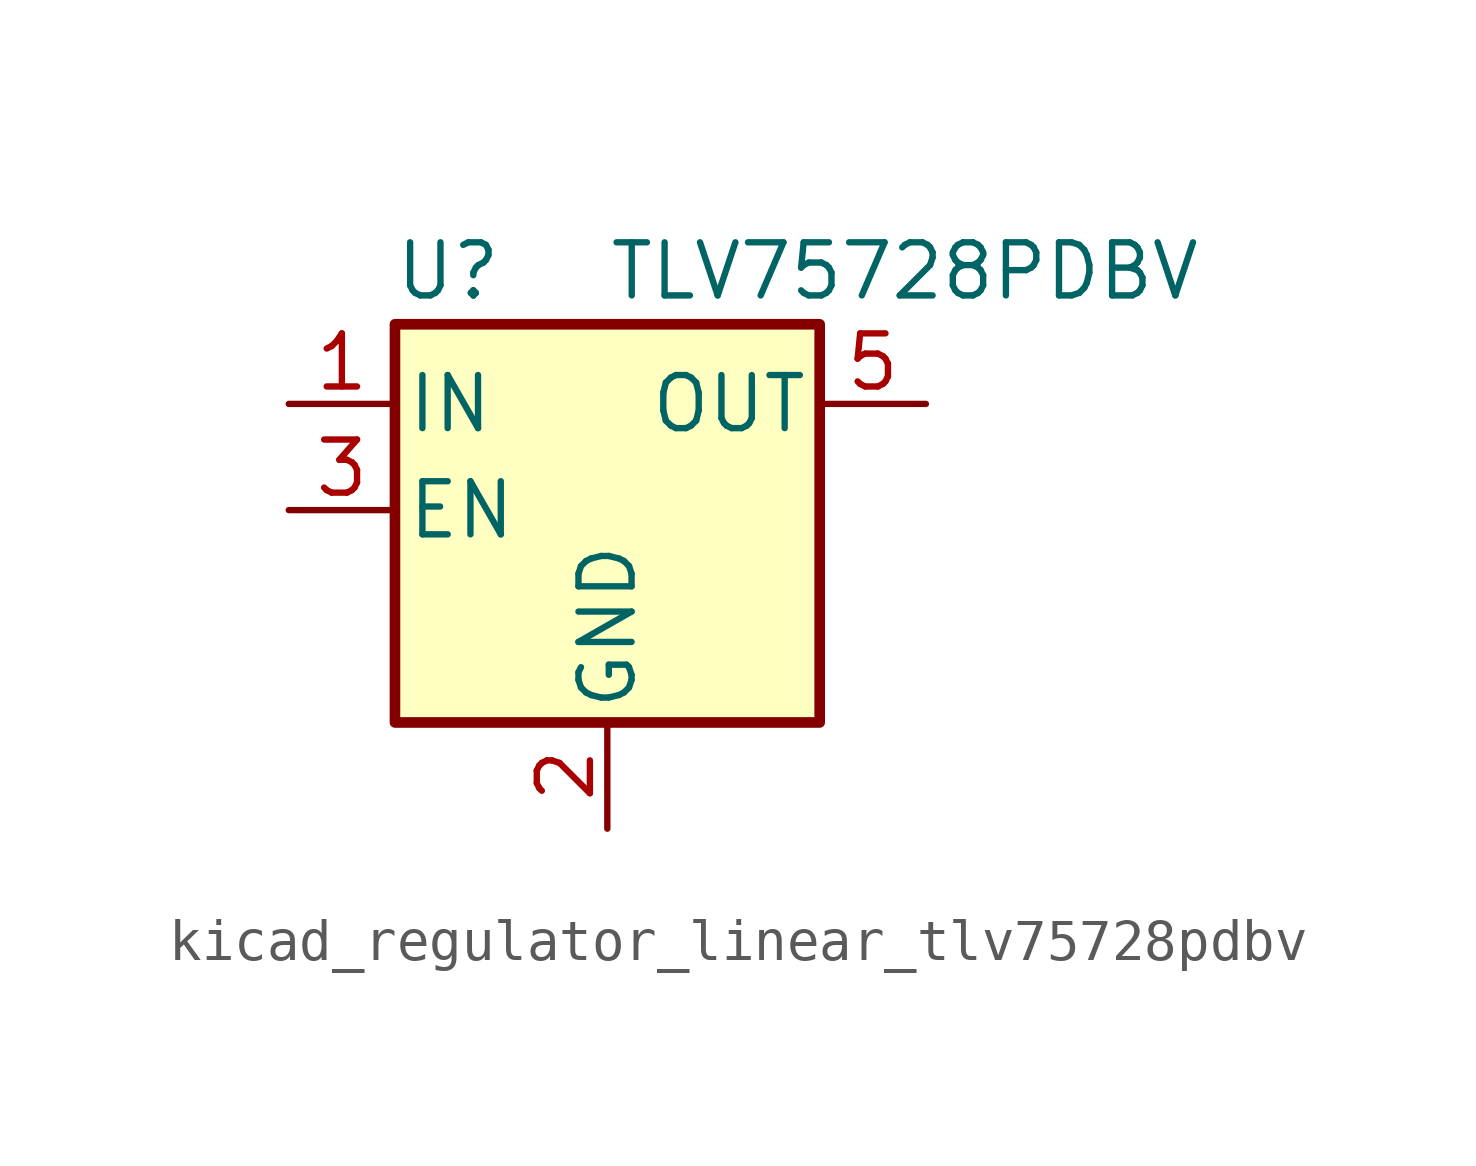
<source format=kicad_sym>
(kicad_symbol_lib
  (version 20220914)
  (generator kicad_symbol_editor)
  (symbol "kicad_regulator_linear_tlv75728pdbv"
    (pin_names
      (offset 0.254))
    (property "Reference" "U"
      (at -3.81 5.715 0)
      (effects (font (size 1.27 1.27))))
    (property "Value" "TLV75728PDBV"
      (at 0 5.715 0)
      (effects (font (size 1.27 1.27)) (justify left)))
    (symbol "kicad_regulator_linear_tlv75728pdbv_0_1"
      (rectangle (start -5.08 4.445) (end 5.08 -5.08) (stroke (width 0.254) (type default)) (fill (type background))))
    (symbol "kicad_regulator_linear_tlv75728pdbv_1_1"
      (pin power_in line (at -7.62 2.54 0) (length 2.54) (name "IN" (effects (font (size 1.27 1.27)))) (number "1" (effects (font (size 1.27 1.27)))))
      (pin power_in line (at 0 -7.62 90) (length 2.54) (name "GND" (effects (font (size 1.27 1.27)))) (number "2" (effects (font (size 1.27 1.27)))))
      (pin input line (at -7.62 0 0) (length 2.54) (name "EN" (effects (font (size 1.27 1.27)))) (number "3" (effects (font (size 1.27 1.27)))))
      (pin no_connect line (at 5.08 0 180) (length 2.54) hide (name "NC" (effects (font (size 1.27 1.27)))) (number "4" (effects (font (size 1.27 1.27)))))
      (pin power_out line (at 7.62 2.54 180) (length 2.54) (name "OUT" (effects (font (size 1.27 1.27)))) (number "5" (effects (font (size 1.27 1.27))))))))
</source>
